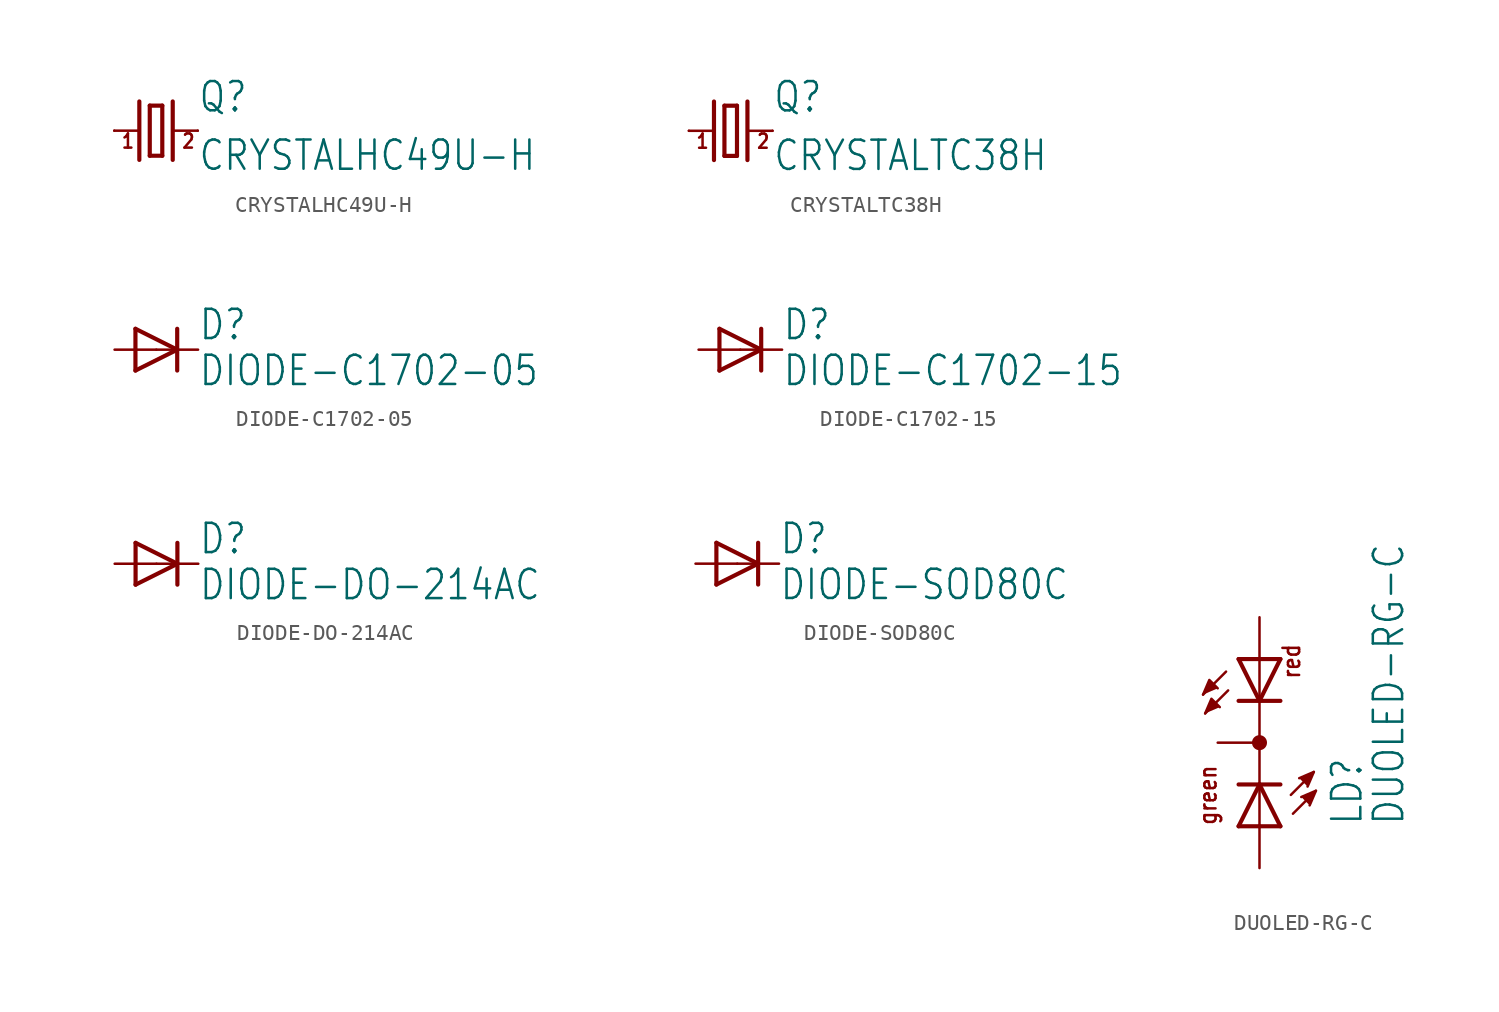
<source format=kicad_sym>
(kicad_symbol_lib
  (version 20211014)
  (generator kicad_symbol_editor)
  (symbol "CRYSTALHC49U-H"
    (property "Reference" "Q"
      (at 2.54 1.016 0)
      (effects (font (size 1.778 1.511)) (justify left bottom)))
    (property "Value" "CRYSTALHC49U-H"
      (at 2.54 -2.54 0)
      (effects (font (size 1.778 1.511)) (justify left bottom)))
    (property "ki_locked" ""
      (at 0 0 0)
      (effects (font (size 1.27 1.27))))
    (symbol "CRYSTALHC49U-H_1_0"
      (polyline (pts (xy -2.54 0) (xy -1.016 0)) (stroke (width 0.152) (type default) (color 0 0 0 0)) (fill (type none)))
      (polyline (pts (xy -1.016 1.778) (xy -1.016 -1.778)) (stroke (width 0.254) (type default) (color 0 0 0 0)) (fill (type none)))
      (polyline (pts (xy -0.381 -1.524) (xy 0.381 -1.524)) (stroke (width 0.254) (type default) (color 0 0 0 0)) (fill (type none)))
      (polyline (pts (xy -0.381 1.524) (xy -0.381 -1.524)) (stroke (width 0.254) (type default) (color 0 0 0 0)) (fill (type none)))
      (polyline (pts (xy 0.381 -1.524) (xy 0.381 1.524)) (stroke (width 0.254) (type default) (color 0 0 0 0)) (fill (type none)))
      (polyline (pts (xy 0.381 1.524) (xy -0.381 1.524)) (stroke (width 0.254) (type default) (color 0 0 0 0)) (fill (type none)))
      (polyline (pts (xy 1.016 0) (xy 2.54 0)) (stroke (width 0.152) (type default) (color 0 0 0 0)) (fill (type none)))
      (polyline (pts (xy 1.016 1.778) (xy 1.016 -1.778)) (stroke (width 0.254) (type default) (color 0 0 0 0)) (fill (type none)))
      (text "1" (at -2.159 -1.143 0) (effects (font (size 0.864 0.734)) (justify left bottom)))
      (text "2" (at 1.524 -1.143 0) (effects (font (size 0.864 0.734)) (justify left bottom)))
      (pin passive line (at -2.54 0 0) (length 0) (name "1" (effects (font (size 0 0)))) (number "1" (effects (font (size 0 0)))))
      (pin passive line (at 2.54 0 180) (length 0) (name "2" (effects (font (size 0 0)))) (number "2" (effects (font (size 0 0)))))))
  (symbol "CRYSTALTC38H"
    (property "Reference" "Q"
      (at 2.54 1.016 0)
      (effects (font (size 1.778 1.511)) (justify left bottom)))
    (property "Value" "CRYSTALTC38H"
      (at 2.54 -2.54 0)
      (effects (font (size 1.778 1.511)) (justify left bottom)))
    (property "ki_locked" ""
      (at 0 0 0)
      (effects (font (size 1.27 1.27))))
    (symbol "CRYSTALTC38H_1_0"
      (polyline (pts (xy -2.54 0) (xy -1.016 0)) (stroke (width 0.152) (type default) (color 0 0 0 0)) (fill (type none)))
      (polyline (pts (xy -1.016 1.778) (xy -1.016 -1.778)) (stroke (width 0.254) (type default) (color 0 0 0 0)) (fill (type none)))
      (polyline (pts (xy -0.381 -1.524) (xy 0.381 -1.524)) (stroke (width 0.254) (type default) (color 0 0 0 0)) (fill (type none)))
      (polyline (pts (xy -0.381 1.524) (xy -0.381 -1.524)) (stroke (width 0.254) (type default) (color 0 0 0 0)) (fill (type none)))
      (polyline (pts (xy 0.381 -1.524) (xy 0.381 1.524)) (stroke (width 0.254) (type default) (color 0 0 0 0)) (fill (type none)))
      (polyline (pts (xy 0.381 1.524) (xy -0.381 1.524)) (stroke (width 0.254) (type default) (color 0 0 0 0)) (fill (type none)))
      (polyline (pts (xy 1.016 0) (xy 2.54 0)) (stroke (width 0.152) (type default) (color 0 0 0 0)) (fill (type none)))
      (polyline (pts (xy 1.016 1.778) (xy 1.016 -1.778)) (stroke (width 0.254) (type default) (color 0 0 0 0)) (fill (type none)))
      (text "1" (at -2.159 -1.143 0) (effects (font (size 0.864 0.734)) (justify left bottom)))
      (text "2" (at 1.524 -1.143 0) (effects (font (size 0.864 0.734)) (justify left bottom)))
      (pin passive line (at -2.54 0 0) (length 0) (name "1" (effects (font (size 0 0)))) (number "1" (effects (font (size 0 0)))))
      (pin passive line (at 2.54 0 180) (length 0) (name "2" (effects (font (size 0 0)))) (number "2" (effects (font (size 0 0)))))))
  (symbol "DIODE-C1702-05"
    (property "Reference" "D"
      (at 2.54 0.483 0)
      (effects (font (size 1.778 1.511)) (justify left bottom)))
    (property "Value" "DIODE-C1702-05"
      (at 2.54 -2.311 0)
      (effects (font (size 1.778 1.511)) (justify left bottom)))
    (property "ki_locked" ""
      (at 0 0 0)
      (effects (font (size 1.27 1.27))))
    (symbol "DIODE-C1702-05_1_0"
      (polyline (pts (xy -1.27 -1.27) (xy 1.27 0)) (stroke (width 0.254) (type default) (color 0 0 0 0)) (fill (type none)))
      (polyline (pts (xy -1.27 1.27) (xy -1.27 -1.27)) (stroke (width 0.254) (type default) (color 0 0 0 0)) (fill (type none)))
      (polyline (pts (xy 1.27 0) (xy -1.27 1.27)) (stroke (width 0.254) (type default) (color 0 0 0 0)) (fill (type none)))
      (polyline (pts (xy 1.27 0) (xy 1.27 -1.27)) (stroke (width 0.254) (type default) (color 0 0 0 0)) (fill (type none)))
      (polyline (pts (xy 1.27 1.27) (xy 1.27 0)) (stroke (width 0.254) (type default) (color 0 0 0 0)) (fill (type none)))
      (pin passive line (at -2.54 0 0) (length 2.54) (name "A" (effects (font (size 0 0)))) (number "A" (effects (font (size 0 0)))))
      (pin passive line (at 2.54 0 180) (length 2.54) (name "C" (effects (font (size 0 0)))) (number "C" (effects (font (size 0 0)))))))
  (symbol "DIODE-C1702-15"
    (property "Reference" "D"
      (at 2.54 0.483 0)
      (effects (font (size 1.778 1.511)) (justify left bottom)))
    (property "Value" "DIODE-C1702-15"
      (at 2.54 -2.311 0)
      (effects (font (size 1.778 1.511)) (justify left bottom)))
    (property "ki_locked" ""
      (at 0 0 0)
      (effects (font (size 1.27 1.27))))
    (symbol "DIODE-C1702-15_1_0"
      (polyline (pts (xy -1.27 -1.27) (xy 1.27 0)) (stroke (width 0.254) (type default) (color 0 0 0 0)) (fill (type none)))
      (polyline (pts (xy -1.27 1.27) (xy -1.27 -1.27)) (stroke (width 0.254) (type default) (color 0 0 0 0)) (fill (type none)))
      (polyline (pts (xy 1.27 0) (xy -1.27 1.27)) (stroke (width 0.254) (type default) (color 0 0 0 0)) (fill (type none)))
      (polyline (pts (xy 1.27 0) (xy 1.27 -1.27)) (stroke (width 0.254) (type default) (color 0 0 0 0)) (fill (type none)))
      (polyline (pts (xy 1.27 1.27) (xy 1.27 0)) (stroke (width 0.254) (type default) (color 0 0 0 0)) (fill (type none)))
      (pin passive line (at -2.54 0 0) (length 2.54) (name "A" (effects (font (size 0 0)))) (number "A" (effects (font (size 0 0)))))
      (pin passive line (at 2.54 0 180) (length 2.54) (name "C" (effects (font (size 0 0)))) (number "C" (effects (font (size 0 0)))))))
  (symbol "DIODE-DO-214AC"
    (property "Reference" "D"
      (at 2.54 0.483 0)
      (effects (font (size 1.778 1.511)) (justify left bottom)))
    (property "Value" "DIODE-DO-214AC"
      (at 2.54 -2.311 0)
      (effects (font (size 1.778 1.511)) (justify left bottom)))
    (property "ki_locked" ""
      (at 0 0 0)
      (effects (font (size 1.27 1.27))))
    (symbol "DIODE-DO-214AC_1_0"
      (polyline (pts (xy -1.27 -1.27) (xy 1.27 0)) (stroke (width 0.254) (type default) (color 0 0 0 0)) (fill (type none)))
      (polyline (pts (xy -1.27 1.27) (xy -1.27 -1.27)) (stroke (width 0.254) (type default) (color 0 0 0 0)) (fill (type none)))
      (polyline (pts (xy 1.27 0) (xy -1.27 1.27)) (stroke (width 0.254) (type default) (color 0 0 0 0)) (fill (type none)))
      (polyline (pts (xy 1.27 0) (xy 1.27 -1.27)) (stroke (width 0.254) (type default) (color 0 0 0 0)) (fill (type none)))
      (polyline (pts (xy 1.27 1.27) (xy 1.27 0)) (stroke (width 0.254) (type default) (color 0 0 0 0)) (fill (type none)))
      (pin passive line (at -2.54 0 0) (length 2.54) (name "A" (effects (font (size 0 0)))) (number "A" (effects (font (size 0 0)))))
      (pin passive line (at 2.54 0 180) (length 2.54) (name "C" (effects (font (size 0 0)))) (number "C" (effects (font (size 0 0)))))))
  (symbol "DIODE-SOD80C"
    (property "Reference" "D"
      (at 2.54 0.483 0)
      (effects (font (size 1.778 1.511)) (justify left bottom)))
    (property "Value" "DIODE-SOD80C"
      (at 2.54 -2.311 0)
      (effects (font (size 1.778 1.511)) (justify left bottom)))
    (property "ki_locked" ""
      (at 0 0 0)
      (effects (font (size 1.27 1.27))))
    (symbol "DIODE-SOD80C_1_0"
      (polyline (pts (xy -1.27 -1.27) (xy 1.27 0)) (stroke (width 0.254) (type default) (color 0 0 0 0)) (fill (type none)))
      (polyline (pts (xy -1.27 1.27) (xy -1.27 -1.27)) (stroke (width 0.254) (type default) (color 0 0 0 0)) (fill (type none)))
      (polyline (pts (xy 1.27 0) (xy -1.27 1.27)) (stroke (width 0.254) (type default) (color 0 0 0 0)) (fill (type none)))
      (polyline (pts (xy 1.27 0) (xy 1.27 -1.27)) (stroke (width 0.254) (type default) (color 0 0 0 0)) (fill (type none)))
      (polyline (pts (xy 1.27 1.27) (xy 1.27 0)) (stroke (width 0.254) (type default) (color 0 0 0 0)) (fill (type none)))
      (pin passive line (at -2.54 0 0) (length 2.54) (name "A" (effects (font (size 0 0)))) (number "A" (effects (font (size 0 0)))))
      (pin passive line (at 2.54 0 180) (length 2.54) (name "C" (effects (font (size 0 0)))) (number "C" (effects (font (size 0 0)))))))
  (symbol "DUOLED-RG-C"
    (property "Reference" "LD"
      (at 6.35 -5.08 90)
      (effects (font (size 1.778 1.511)) (justify left bottom)))
    (property "Value" "DUOLED-RG-C"
      (at 8.89 -5.08 90)
      (effects (font (size 1.778 1.511)) (justify left bottom)))
    (property "ki_locked" ""
      (at 0 0 0)
      (effects (font (size 1.27 1.27))))
    (symbol "DUOLED-RG-C_1_0"
      (polyline (pts (xy -2.032 4.318) (xy -3.429 2.921)) (stroke (width 0.152) (type default) (color 0 0 0 0)) (fill (type none)))
      (polyline (pts (xy -1.905 3.175) (xy -3.302 1.778)) (stroke (width 0.152) (type default) (color 0 0 0 0)) (fill (type none)))
      (polyline (pts (xy -1.27 -5.08) (xy 0 -5.08)) (stroke (width 0.254) (type default) (color 0 0 0 0)) (fill (type none)))
      (polyline (pts (xy -1.27 -5.08) (xy 0 -2.54)) (stroke (width 0.254) (type default) (color 0 0 0 0)) (fill (type none)))
      (polyline (pts (xy -1.27 -2.54) (xy 0 -2.54)) (stroke (width 0.254) (type default) (color 0 0 0 0)) (fill (type none)))
      (polyline (pts (xy 0 -5.08) (xy 0 -2.54)) (stroke (width 0.152) (type default) (color 0 0 0 0)) (fill (type none)))
      (polyline (pts (xy 0 -5.08) (xy 1.27 -5.08)) (stroke (width 0.254) (type default) (color 0 0 0 0)) (fill (type none)))
      (polyline (pts (xy 0 -2.54) (xy 1.27 -5.08)) (stroke (width 0.254) (type default) (color 0 0 0 0)) (fill (type none)))
      (polyline (pts (xy 0 -2.54) (xy 1.27 -2.54)) (stroke (width 0.254) (type default) (color 0 0 0 0)) (fill (type none)))
      (polyline (pts (xy 0 2.54) (xy -1.27 2.54)) (stroke (width 0.254) (type default) (color 0 0 0 0)) (fill (type none)))
      (polyline (pts (xy 0 2.54) (xy -1.27 5.08)) (stroke (width 0.254) (type default) (color 0 0 0 0)) (fill (type none)))
      (polyline (pts (xy 0 2.54) (xy 0 -2.54)) (stroke (width 0.152) (type default) (color 0 0 0 0)) (fill (type none)))
      (polyline (pts (xy 0 5.08) (xy -1.27 5.08)) (stroke (width 0.254) (type default) (color 0 0 0 0)) (fill (type none)))
      (polyline (pts (xy 0 5.08) (xy 0 2.54)) (stroke (width 0.152) (type default) (color 0 0 0 0)) (fill (type none)))
      (polyline (pts (xy 1.27 2.54) (xy 0 2.54)) (stroke (width 0.254) (type default) (color 0 0 0 0)) (fill (type none)))
      (polyline (pts (xy 1.27 5.08) (xy 0 2.54)) (stroke (width 0.254) (type default) (color 0 0 0 0)) (fill (type none)))
      (polyline (pts (xy 1.27 5.08) (xy 0 5.08)) (stroke (width 0.254) (type default) (color 0 0 0 0)) (fill (type none)))
      (polyline (pts (xy 1.905 -3.175) (xy 3.302 -1.778)) (stroke (width 0.152) (type default) (color 0 0 0 0)) (fill (type none)))
      (polyline (pts (xy 2.032 -4.318) (xy 3.429 -2.921)) (stroke (width 0.152) (type default) (color 0 0 0 0)) (fill (type none)))
      (polyline (pts (xy -3.429 2.921) (xy -3.048 3.81) (xy -2.54 3.302)) (stroke (width 0) (type default) (color 0 0 0 0)) (fill (type outline)))
      (polyline (pts (xy -3.302 1.778) (xy -2.921 2.667) (xy -2.413 2.159)) (stroke (width 0) (type default) (color 0 0 0 0)) (fill (type outline)))
      (polyline (pts (xy 2.413 -2.159) (xy 3.302 -1.778) (xy 2.921 -2.667)) (stroke (width 0) (type default) (color 0 0 0 0)) (fill (type outline)))
      (polyline (pts (xy 2.54 -3.302) (xy 3.429 -2.921) (xy 3.048 -3.81)) (stroke (width 0) (type default) (color 0 0 0 0)) (fill (type outline)))
      (circle (center 0 0) (radius 0.254) (stroke (width 0.406) (type default) (color 0 0 0 0)) (fill (type none)))
      (text "green" (at -2.54 -5.08 900) (effects (font (size 1.016 0.864)) (justify left bottom)))
      (text "red" (at 2.54 3.81 900) (effects (font (size 1.016 0.864)) (justify left bottom)))
      (pin passive line (at 0 7.62 270) (length 2.54) (name "AR" (effects (font (size 0 0)))) (number "AR" (effects (font (size 0 0)))))
      (pin passive line (at 0 -7.62 90) (length 2.54) (name "AG" (effects (font (size 0 0)))) (number "AX" (effects (font (size 0 0)))))
      (pin passive line (at -2.54 0 0) (length 2.54) (name "C" (effects (font (size 0 0)))) (number "C" (effects (font (size 0 0))))))))
</source>
